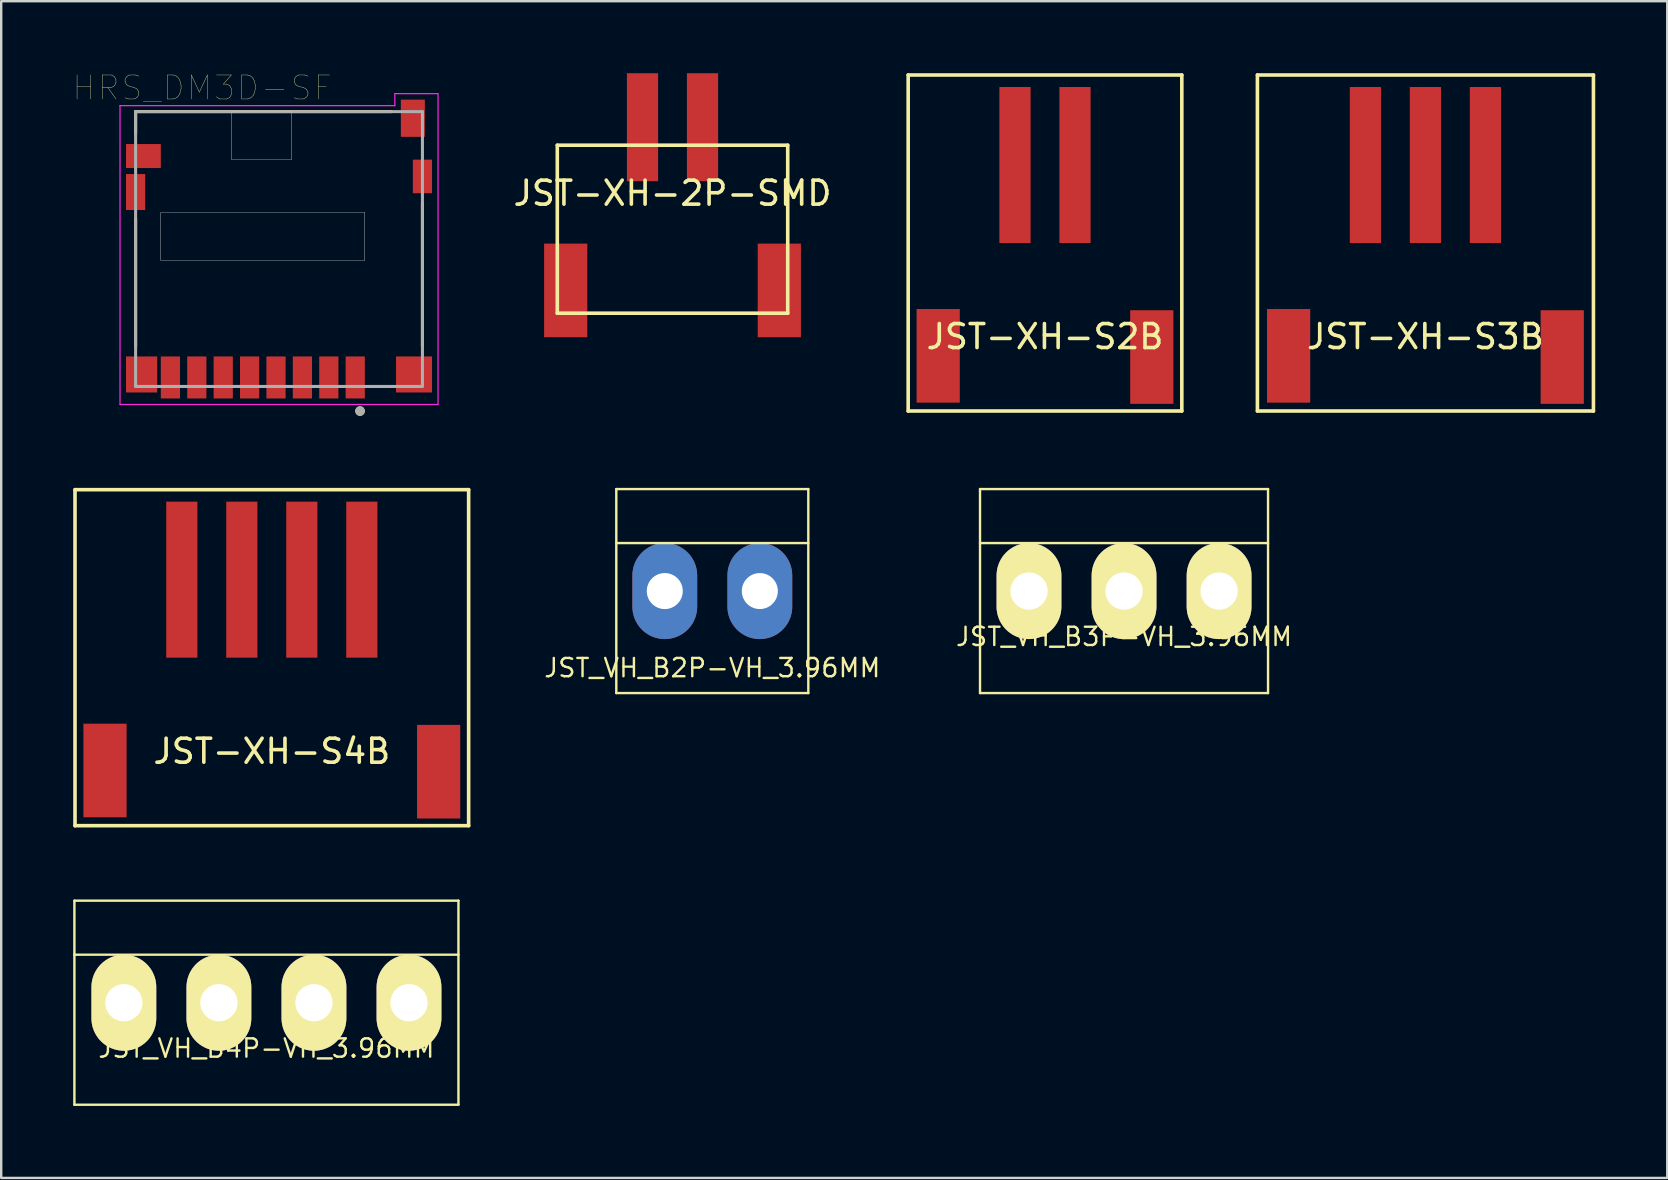
<source format=kicad_pcb>
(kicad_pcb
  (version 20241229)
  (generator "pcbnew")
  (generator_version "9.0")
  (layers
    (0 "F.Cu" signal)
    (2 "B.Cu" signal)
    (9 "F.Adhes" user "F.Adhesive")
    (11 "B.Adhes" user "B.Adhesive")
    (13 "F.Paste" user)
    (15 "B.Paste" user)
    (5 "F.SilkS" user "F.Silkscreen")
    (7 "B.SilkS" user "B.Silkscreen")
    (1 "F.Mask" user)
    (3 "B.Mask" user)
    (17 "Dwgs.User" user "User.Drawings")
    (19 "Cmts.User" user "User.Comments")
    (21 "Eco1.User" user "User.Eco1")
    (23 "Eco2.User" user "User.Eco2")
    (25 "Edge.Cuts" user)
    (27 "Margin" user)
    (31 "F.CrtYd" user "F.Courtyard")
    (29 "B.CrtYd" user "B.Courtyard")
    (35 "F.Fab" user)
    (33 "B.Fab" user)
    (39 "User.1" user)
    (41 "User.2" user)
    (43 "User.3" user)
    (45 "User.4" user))
  (footprint "JST-XH-S3B"
    (layer "F.Cu")
    (at 56.338 8.475)
    (property "Reference" "JST-XH-S3B" (at 0 2.5 0) (layer "F.SilkS") (effects (font (size 1 1) (thickness 0.15))))
    (attr through_hole)
    (fp_line (start -7 -8.4) (end 7 -8.4) (stroke (width 0.15) (type solid)) (layer "F.SilkS"))
    (fp_line (start -7 5.6) (end -7 -8.4) (stroke (width 0.15) (type solid)) (layer "F.SilkS"))
    (fp_line (start 7 -8.4) (end 7 5.6) (stroke (width 0.15) (type solid)) (layer "F.SilkS"))
    (fp_line (start 7 5.6) (end -7 5.6) (stroke (width 0.15) (type solid)) (layer "F.SilkS"))
    (pad "" smd rect (at -5.7 3.3) (size 1.8 3.9) (layers "F.Cu" "F.Mask" "F.Paste"))
    (pad "" smd rect (at 5.7 3.35) (size 1.8 3.9) (layers "F.Cu" "F.Mask" "F.Paste"))
    (pad "1" smd rect (at -2.5 -4.65) (size 1.3 6.5) (layers "F.Cu" "F.Mask" "F.Paste"))
    (pad "2" smd rect (at 0 -4.65) (size 1.3 6.5) (layers "F.Cu" "F.Mask" "F.Paste"))
    (pad "3" smd rect (at 2.5 -4.65) (size 1.3 6.5) (layers "F.Cu" "F.Mask" "F.Paste")))
  (footprint "JST-XH-S4B"
    (layer "F.Cu")
    (at 8.275 25.751)
    (property "Reference" "JST-XH-S4B" (at 0 2.5 0) (layer "F.SilkS") (effects (font (size 1 1) (thickness 0.15))))
    (attr through_hole)
    (fp_line (start -8.2 -8.4) (end 8.2 -8.4) (stroke (width 0.15) (type solid)) (layer "F.SilkS"))
    (fp_line (start -8.2 5.6) (end -8.2 -8.4) (stroke (width 0.15) (type solid)) (layer "F.SilkS"))
    (fp_line (start 8.2 -8.4) (end 8.2 5.6) (stroke (width 0.15) (type solid)) (layer "F.SilkS"))
    (fp_line (start 8.2 5.6) (end -8.2 5.6) (stroke (width 0.15) (type solid)) (layer "F.SilkS"))
    (pad "" smd rect (at -6.95 3.3) (size 1.8 3.9) (layers "F.Cu" "F.Mask" "F.Paste"))
    (pad "" smd rect (at 6.95 3.35) (size 1.8 3.9) (layers "F.Cu" "F.Mask" "F.Paste"))
    (pad "1" smd rect (at -3.75 -4.65) (size 1.3 6.5) (layers "F.Cu" "F.Mask" "F.Paste"))
    (pad "2" smd rect (at -1.25 -4.65) (size 1.3 6.5) (layers "F.Cu" "F.Mask" "F.Paste"))
    (pad "3" smd rect (at 1.25 -4.65) (size 1.3 6.5) (layers "F.Cu" "F.Mask" "F.Paste"))
    (pad "4" smd rect (at 3.75 -4.65) (size 1.3 6.5) (layers "F.Cu" "F.Mask" "F.Paste")))
  (footprint "HRS_DM3D-SF"
    (layer "F.Cu")
    (at 8.55 12.676)
    (property "Reference" "HRS_DM3D-SF" (at -3.175 -12.065 0) (layer "F.SilkS") (effects (font (size 1 1) (thickness 0.015))))
    (attr through_hole)
    (fp_line (start -5.95 -11.075) (end -5.95 -10.15) (stroke (width 0.127) (type solid)) (layer "F.SilkS"))
    (fp_line (start -5.95 -11.075) (end 4.7 -11.075) (stroke (width 0.127) (type solid)) (layer "F.SilkS"))
    (fp_line (start -5.95 -6.6) (end -5.95 -1.3) (stroke (width 0.127) (type solid)) (layer "F.SilkS"))
    (fp_line (start 6 -7.25) (end 6 -1.3) (stroke (width 0.127) (type solid)) (layer "F.SilkS"))
    (fp_circle (center 3.4 1.4) (end 3.5 1.4) (stroke (width 0.2) (type solid)) (fill no) (layer "F.SilkS"))
    (fp_poly (pts (xy -4.9 -6.875) (xy 3.6 -6.875) (xy 3.6 -4.875) (xy -4.9 -4.875)) (stroke (width 0.01) (type solid)) (fill no) (layer "Dwgs.User"))
    (fp_poly (pts (xy -4.9 -6.875) (xy 3.6 -6.875) (xy 3.6 -4.875) (xy -4.9 -4.875)) (stroke (width 0.01) (type solid)) (fill no) (layer "Dwgs.User"))
    (fp_poly (pts (xy -1.95 -11.075) (xy 0.55 -11.075) (xy 0.55 -9.075) (xy -1.95 -9.075)) (stroke (width 0.01) (type solid)) (fill no) (layer "Dwgs.User"))
    (fp_poly (pts (xy -1.95 -11.075) (xy 0.55 -11.075) (xy 0.55 -9.075) (xy -1.95 -9.075)) (stroke (width 0.01) (type solid)) (fill no) (layer "Dwgs.User"))
    (fp_line (start -6.6 -11.325) (end 4.85 -11.325) (stroke (width 0.05) (type solid)) (layer "F.CrtYd"))
    (fp_line (start -6.6 1.125) (end -6.6 -11.325) (stroke (width 0.05) (type solid)) (layer "F.CrtYd"))
    (fp_line (start 4.85 -11.825) (end 6.65 -11.825) (stroke (width 0.05) (type solid)) (layer "F.CrtYd"))
    (fp_line (start 4.85 -11.325) (end 4.85 -11.825) (stroke (width 0.05) (type solid)) (layer "F.CrtYd"))
    (fp_line (start 6.65 -11.825) (end 6.65 1.125) (stroke (width 0.05) (type solid)) (layer "F.CrtYd"))
    (fp_line (start 6.65 1.125) (end -6.6 1.125) (stroke (width 0.05) (type solid)) (layer "F.CrtYd"))
    (fp_line (start -5.95 -11.075) (end -5.95 0.375) (stroke (width 0.127) (type solid)) (layer "F.Fab"))
    (fp_line (start -5.95 0.375) (end 6 0.375) (stroke (width 0.127) (type solid)) (layer "F.Fab"))
    (fp_line (start 6 -11.075) (end -5.95 -11.075) (stroke (width 0.127) (type solid)) (layer "F.Fab"))
    (fp_line (start 6 0.375) (end 6 -11.075) (stroke (width 0.127) (type solid)) (layer "F.Fab"))
    (fp_circle (center 3.4 1.4) (end 3.5 1.4) (stroke (width 0.2) (type solid)) (fill no) (layer "F.Fab"))
    (pad "1" smd rect (at 3.2 0) (size 0.8 1.75) (layers "F.Cu" "F.Mask" "F.Paste"))
    (pad "2" smd rect (at 2.1 0) (size 0.8 1.75) (layers "F.Cu" "F.Mask" "F.Paste"))
    (pad "3" smd rect (at 1 0) (size 0.8 1.75) (layers "F.Cu" "F.Mask" "F.Paste"))
    (pad "4" smd rect (at -0.1 0) (size 0.8 1.75) (layers "F.Cu" "F.Mask" "F.Paste"))
    (pad "5" smd rect (at -1.2 0) (size 0.8 1.75) (layers "F.Cu" "F.Mask" "F.Paste"))
    (pad "6" smd rect (at -2.3 0) (size 0.8 1.75) (layers "F.Cu" "F.Mask" "F.Paste"))
    (pad "7" smd rect (at -3.4 0) (size 0.8 1.75) (layers "F.Cu" "F.Mask" "F.Paste"))
    (pad "8" smd rect (at -4.5 0) (size 0.8 1.75) (layers "F.Cu" "F.Mask" "F.Paste"))
    (pad "S1" smd rect (at -5.7 -0.125) (size 1.3 1.5) (layers "F.Cu" "F.Mask" "F.Paste"))
    (pad "S2" smd rect (at 5.65 -0.125) (size 1.5 1.5) (layers "F.Cu" "F.Mask" "F.Paste"))
    (pad "S3" smd rect (at -5.95 -7.725) (size 0.8 1.5) (layers "F.Cu" "F.Mask" "F.Paste"))
    (pad "S4" smd rect (at 6 -8.375) (size 0.8 1.4) (layers "F.Cu" "F.Mask" "F.Paste"))
    (pad "SWA" smd rect (at 5.6 -10.8) (size 1 1.55) (layers "F.Cu" "F.Mask" "F.Paste"))
    (pad "SWB" smd rect (at -5.625 -9.225) (size 1.45 1) (layers "F.Cu" "F.Mask" "F.Paste")))
  (footprint "JST_VH_B2P-VH_3.96MM"
    (layer "F.Cu")
    (at 26.627 21.576)
    (property "Reference" "JST_VH_B2P-VH_3.96MM" (at 0 3.2 180) (layer "F.SilkS") (effects (font (size 0.762 0.762) (thickness 0.1))))
    (attr through_hole)
    (fp_line (start -4 -4.25) (end -4 4.25) (stroke (width 0.1) (type solid)) (layer "F.SilkS"))
    (fp_line (start -4 -4.25) (end 4 -4.25) (stroke (width 0.1) (type solid)) (layer "F.SilkS"))
    (fp_line (start -4 -2) (end 4 -2) (stroke (width 0.1) (type solid)) (layer "F.SilkS"))
    (fp_line (start -4 4.25) (end 4 4.25) (stroke (width 0.1) (type solid)) (layer "F.SilkS"))
    (fp_line (start 4 -4.25) (end 4 4.25) (stroke (width 0.1) (type solid)) (layer "F.SilkS"))
    (pad "1" thru_hole oval (at -1.98 0) (size 2.7 4) (drill 1.5) (layers "*.Cu" "*.Mask"))
    (pad "2" thru_hole oval (at 1.98 0) (size 2.7 4) (drill 1.5) (layers "*.Cu" "*.Mask")))
  (footprint "JST-XH-S2B"
    (layer "F.Cu")
    (at 40.488 8.475)
    (property "Reference" "JST-XH-S2B" (at 0 2.5 0) (layer "F.SilkS") (effects (font (size 1 1) (thickness 0.15))))
    (attr through_hole)
    (fp_line (start -5.7 -8.4) (end 5.7 -8.4) (stroke (width 0.15) (type solid)) (layer "F.SilkS"))
    (fp_line (start -5.7 5.6) (end -5.7 -8.4) (stroke (width 0.15) (type solid)) (layer "F.SilkS"))
    (fp_line (start 5.7 -8.4) (end 5.7 5.6) (stroke (width 0.15) (type solid)) (layer "F.SilkS"))
    (fp_line (start 5.7 5.6) (end -5.7 5.6) (stroke (width 0.15) (type solid)) (layer "F.SilkS"))
    (pad "" smd rect (at -4.45 3.3) (size 1.8 3.9) (layers "F.Cu" "F.Mask" "F.Paste"))
    (pad "" smd rect (at 4.45 3.35) (size 1.8 3.9) (layers "F.Cu" "F.Mask" "F.Paste"))
    (pad "1" smd rect (at -1.25 -4.65) (size 1.3 6.5) (layers "F.Cu" "F.Mask" "F.Paste"))
    (pad "2" smd rect (at 1.25 -4.65) (size 1.3 6.5) (layers "F.Cu" "F.Mask" "F.Paste")))
  (footprint "JST_VH_B4P-VH_3.96MM"
    (layer "F.Cu")
    (at 8.05 38.726)
    (property "Reference" "JST_VH_B4P-VH_3.96MM" (at 0 1.9 180) (layer "F.SilkS") (effects (font (size 0.762 0.762) (thickness 0.1))))
    (attr through_hole)
    (fp_line (start -8 -4.25) (end -8 4.25) (stroke (width 0.1) (type solid)) (layer "F.SilkS"))
    (fp_line (start -8 -4.25) (end 8 -4.25) (stroke (width 0.1) (type solid)) (layer "F.SilkS"))
    (fp_line (start -8 -2) (end 8 -2) (stroke (width 0.1) (type solid)) (layer "F.SilkS"))
    (fp_line (start -8 4.25) (end 8 4.25) (stroke (width 0.1) (type solid)) (layer "F.SilkS"))
    (fp_line (start 8 -4.25) (end 8 4.25) (stroke (width 0.1) (type solid)) (layer "F.SilkS"))
    (pad "1" thru_hole oval (at -5.94 0) (size 2.7 4) (drill 1.55) (layers "*.Cu" "*.Mask" "F.SilkS"))
    (pad "2" thru_hole oval (at -1.98 0) (size 2.7 4) (drill 1.55) (layers "*.Cu" "*.Mask" "F.SilkS"))
    (pad "3" thru_hole oval (at 1.98 0) (size 2.7 4) (drill 1.55) (layers "*.Cu" "*.Mask" "F.SilkS"))
    (pad "4" thru_hole oval (at 5.94 0) (size 2.7 4) (drill 1.55) (layers "*.Cu" "*.Mask" "F.SilkS")))
  (footprint "JST_VH_B3P-VH_3.96MM"
    (layer "F.Cu")
    (at 43.781 21.576)
    (property "Reference" "JST_VH_B3P-VH_3.96MM" (at 0 1.9 180) (layer "F.SilkS") (effects (font (size 0.762 0.762) (thickness 0.1))))
    (attr through_hole)
    (fp_line (start -6 -4.25) (end -6 4.25) (stroke (width 0.1) (type solid)) (layer "F.SilkS"))
    (fp_line (start -6 -4.25) (end 6 -4.25) (stroke (width 0.1) (type solid)) (layer "F.SilkS"))
    (fp_line (start -6 -2) (end 6 -2) (stroke (width 0.1) (type solid)) (layer "F.SilkS"))
    (fp_line (start -6 4.25) (end 6 4.25) (stroke (width 0.1) (type solid)) (layer "F.SilkS"))
    (fp_line (start 6 -4.25) (end 6 4.25) (stroke (width 0.1) (type solid)) (layer "F.SilkS"))
    (pad "1" thru_hole oval (at -3.96 0) (size 2.7 4) (drill 1.55) (layers "*.Cu" "*.Mask" "F.SilkS"))
    (pad "2" thru_hole oval (at 0 0) (size 2.7 4) (drill 1.55) (layers "*.Cu" "*.Mask" "F.SilkS"))
    (pad "3" thru_hole oval (at 3.96 0) (size 2.7 4) (drill 1.55) (layers "*.Cu" "*.Mask" "F.SilkS")))
  (footprint "JST-XH-2P-SMD"
    (layer "F.Cu")
    (at 24.969 4.5)
    (property "Reference" "JST-XH-2P-SMD" (at 0 0.5 0) (layer "F.SilkS") (effects (font (size 1 1) (thickness 0.15))))
    (attr through_hole)
    (fp_line (start -4.8 -1.5) (end -4.8 5.5) (stroke (width 0.15) (type solid)) (layer "F.SilkS"))
    (fp_line (start -4.8 5.5) (end 4.8 5.5) (stroke (width 0.15) (type solid)) (layer "F.SilkS"))
    (fp_line (start 4.8 -1.5) (end -4.8 -1.5) (stroke (width 0.15) (type solid)) (layer "F.SilkS"))
    (fp_line (start 4.8 5.5) (end 4.8 -1.5) (stroke (width 0.15) (type solid)) (layer "F.SilkS"))
    (pad "1" smd rect (at -1.25 -2.25) (size 1.3 4.5) (layers "F.Cu" "F.Mask" "F.Paste"))
    (pad "2" smd rect (at 1.25 -2.25) (size 1.3 4.5) (layers "F.Cu" "F.Mask" "F.Paste"))
    (pad "~" smd rect (at -4.45 4.55) (size 1.8 3.9) (layers "F.Cu" "F.Mask" "F.Paste"))
    (pad "~" smd rect (at 4.45 4.55) (size 1.8 3.9) (layers "F.Cu" "F.Mask" "F.Paste")))
  (gr_rect
    (start -3 -3)
    (end 66.413 46.026)
    (stroke (width 0.1) (type default))
    (fill no)
    (layer "Edge.Cuts")))
</source>
